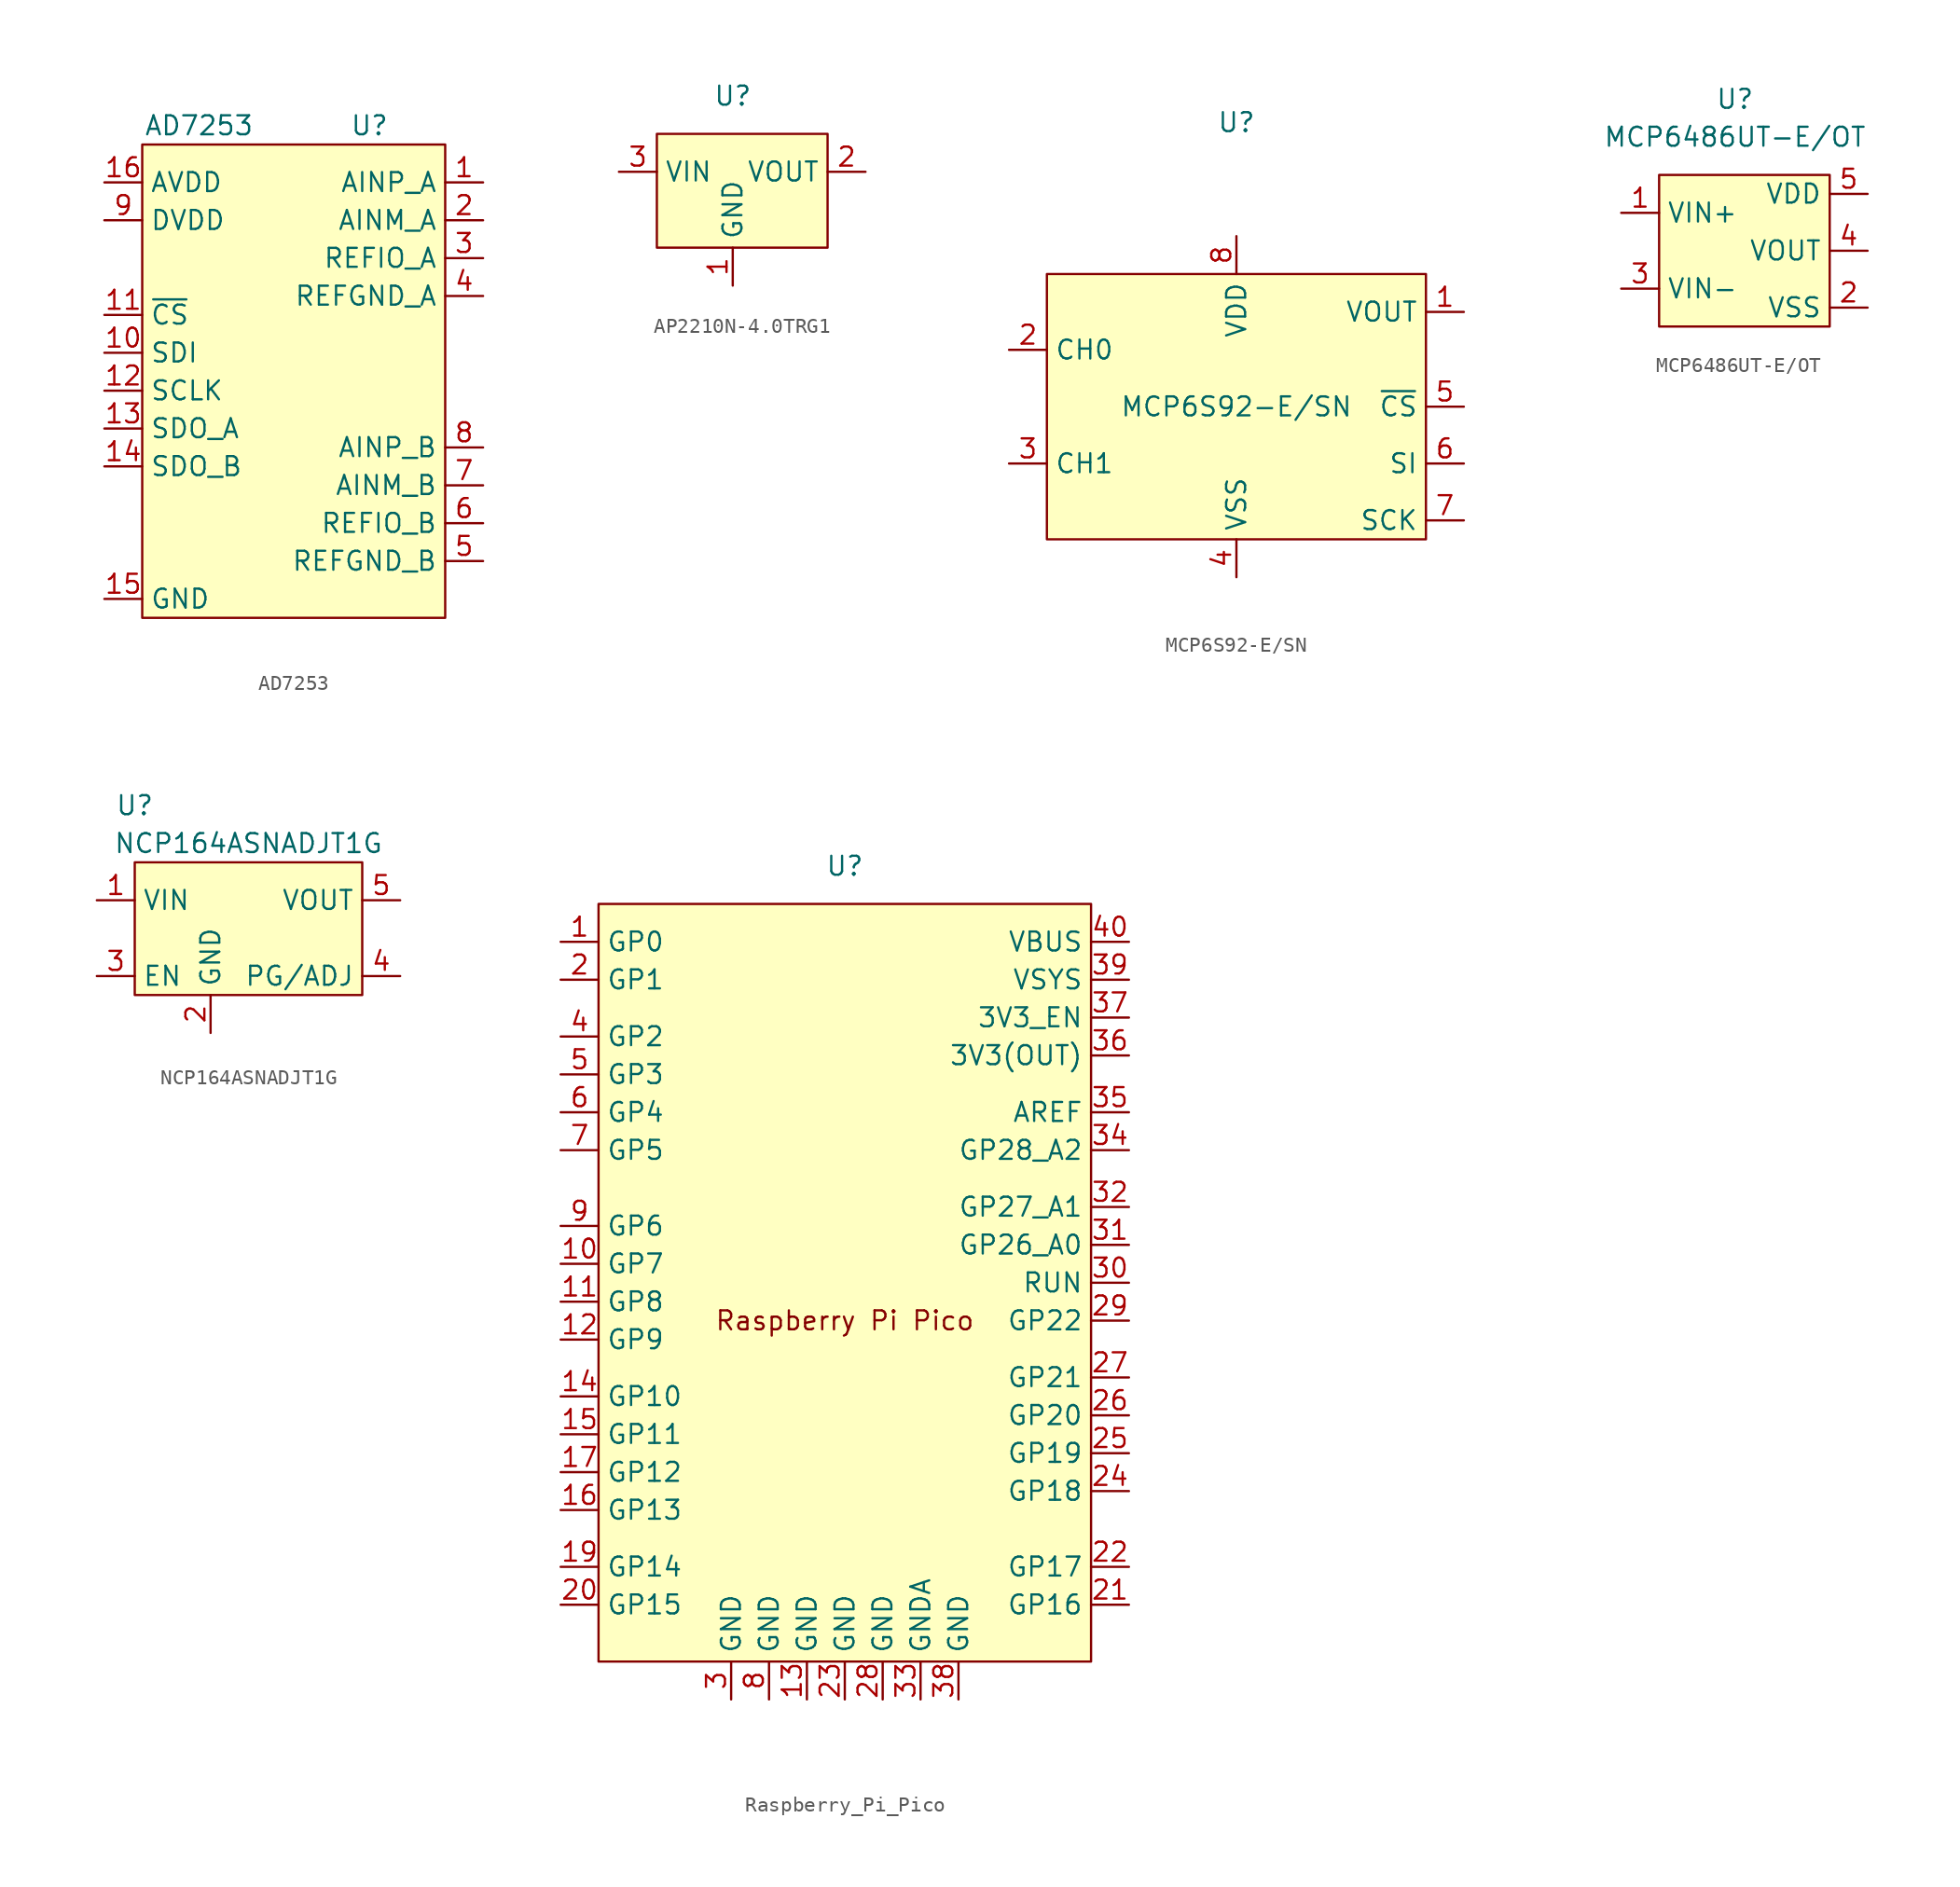
<source format=kicad_sym>
(kicad_symbol_lib
  (version 20220914)
  (generator kicad_symbol_editor)
  (symbol "AD7253"
    (property "Reference" "U"
      (at 0 3.81 0)
      (effects (font (size 1.27 1.27))))
    (property "Value" "AD7253"
      (at -11.43 3.81 0)
      (effects (font (size 1.27 1.27))))
    (symbol "AD7253_1_1"
      (rectangle (start -15.24 2.54) (end 5.08 -29.21) (stroke (width 0) (type default)) (fill (type background)))
      (pin input line (at 7.62 0 180) (length 2.54) (name "AINP_A" (effects (font (size 1.27 1.27)))) (number "1" (effects (font (size 1.27 1.27)))))
      (pin input line (at -17.78 -11.43 0) (length 2.54) (name "SDI" (effects (font (size 1.27 1.27)))) (number "10" (effects (font (size 1.27 1.27)))))
      (pin input line (at -17.78 -8.89 0) (length 2.54) (name "~{CS}" (effects (font (size 1.27 1.27)))) (number "11" (effects (font (size 1.27 1.27)))))
      (pin input line (at -17.78 -13.97 0) (length 2.54) (name "SCLK" (effects (font (size 1.27 1.27)))) (number "12" (effects (font (size 1.27 1.27)))))
      (pin input line (at -17.78 -16.51 0) (length 2.54) (name "SDO_A" (effects (font (size 1.27 1.27)))) (number "13" (effects (font (size 1.27 1.27)))))
      (pin input line (at -17.78 -19.05 0) (length 2.54) (name "SDO_B" (effects (font (size 1.27 1.27)))) (number "14" (effects (font (size 1.27 1.27)))))
      (pin input line (at -17.78 -27.94 0) (length 2.54) (name "GND" (effects (font (size 1.27 1.27)))) (number "15" (effects (font (size 1.27 1.27)))))
      (pin input line (at -17.78 0 0) (length 2.54) (name "AVDD" (effects (font (size 1.27 1.27)))) (number "16" (effects (font (size 1.27 1.27)))))
      (pin input line (at 7.62 -2.54 180) (length 2.54) (name "AINM_A" (effects (font (size 1.27 1.27)))) (number "2" (effects (font (size 1.27 1.27)))))
      (pin input line (at 7.62 -5.08 180) (length 2.54) (name "REFIO_A" (effects (font (size 1.27 1.27)))) (number "3" (effects (font (size 1.27 1.27)))))
      (pin input line (at 7.62 -7.62 180) (length 2.54) (name "REFGND_A" (effects (font (size 1.27 1.27)))) (number "4" (effects (font (size 1.27 1.27)))))
      (pin input line (at 7.62 -25.4 180) (length 2.54) (name "REFGND_B" (effects (font (size 1.27 1.27)))) (number "5" (effects (font (size 1.27 1.27)))))
      (pin input line (at 7.62 -22.86 180) (length 2.54) (name "REFIO_B" (effects (font (size 1.27 1.27)))) (number "6" (effects (font (size 1.27 1.27)))))
      (pin input line (at 7.62 -20.32 180) (length 2.54) (name "AINM_B" (effects (font (size 1.27 1.27)))) (number "7" (effects (font (size 1.27 1.27)))))
      (pin input line (at 7.62 -17.78 180) (length 2.54) (name "AINP_B" (effects (font (size 1.27 1.27)))) (number "8" (effects (font (size 1.27 1.27)))))
      (pin input line (at -17.78 -2.54 0) (length 2.54) (name "DVDD" (effects (font (size 1.27 1.27)))) (number "9" (effects (font (size 1.27 1.27)))))))
  (symbol "AP2210N-4.0TRG1"
    (property "Reference" "U"
      (at 0 2.54 0)
      (effects (font (size 1.27 1.27))))
    (property "Value" ""
      (at 0 0 0)
      (effects (font (size 1.27 1.27))))
    (symbol "AP2210N-4.0TRG1_1_1"
      (rectangle (start -5.08 0) (end 6.35 -7.62) (stroke (width 0) (type default)) (fill (type background)))
      (pin input line (at 0 -10.16 90) (length 2.54) (name "GND" (effects (font (size 1.27 1.27)))) (number "1" (effects (font (size 1.27 1.27)))))
      (pin input line (at 8.89 -2.54 180) (length 2.54) (name "VOUT" (effects (font (size 1.27 1.27)))) (number "2" (effects (font (size 1.27 1.27)))))
      (pin input line (at -7.62 -2.54 0) (length 2.54) (name "VIN" (effects (font (size 1.27 1.27)))) (number "3" (effects (font (size 1.27 1.27)))))))
  (symbol "MCP6S92-E/SN"
    (property "Reference" "U"
      (at 0 7.62 0)
      (effects (font (size 1.27 1.27))))
    (property "Value" "MCP6S92-E/SN"
      (at 0 -11.43 0)
      (effects (font (size 1.27 1.27))))
    (symbol "MCP6S92-E/SN_1_1"
      (rectangle (start -12.7 -2.54) (end 12.7 -20.32) (stroke (width 0) (type default)) (fill (type background)))
      (pin output line (at 15.24 -5.08 180) (length 2.54) (name "VOUT" (effects (font (size 1.27 1.27)))) (number "1" (effects (font (size 1.27 1.27)))))
      (pin input line (at -15.24 -7.62 0) (length 2.54) (name "CH0" (effects (font (size 1.27 1.27)))) (number "2" (effects (font (size 1.27 1.27)))))
      (pin input line (at -15.24 -15.24 0) (length 2.54) (name "CH1" (effects (font (size 1.27 1.27)))) (number "3" (effects (font (size 1.27 1.27)))))
      (pin input line (at 0 -22.86 90) (length 2.54) (name "VSS" (effects (font (size 1.27 1.27)))) (number "4" (effects (font (size 1.27 1.27)))))
      (pin input line (at 15.24 -11.43 180) (length 2.54) (name "~{CS}" (effects (font (size 1.27 1.27)))) (number "5" (effects (font (size 1.27 1.27)))))
      (pin input line (at 15.24 -15.24 180) (length 2.54) (name "SI" (effects (font (size 1.27 1.27)))) (number "6" (effects (font (size 1.27 1.27)))))
      (pin input line (at 15.24 -19.05 180) (length 2.54) (name "SCK" (effects (font (size 1.27 1.27)))) (number "7" (effects (font (size 1.27 1.27)))))
      (pin input line (at 0 0 270) (length 2.54) (name "VDD" (effects (font (size 1.27 1.27)))) (number "8" (effects (font (size 1.27 1.27)))))))
  (symbol "MCP6486UT-E/OT"
    (property "Reference" "U"
      (at 0 2.54 0)
      (effects (font (size 1.27 1.27))))
    (property "Value" "MCP6486UT-E/OT"
      (at 0 0 0)
      (effects (font (size 1.27 1.27))))
    (symbol "MCP6486UT-E/OT_1_1"
      (rectangle (start -5.08 -2.54) (end 6.35 -12.7) (stroke (width 0) (type default)) (fill (type background)))
      (pin input line (at -7.62 -5.08 0) (length 2.54) (name "VIN+" (effects (font (size 1.27 1.27)))) (number "1" (effects (font (size 1.27 1.27)))))
      (pin input line (at 8.89 -11.43 180) (length 2.54) (name "VSS" (effects (font (size 1.27 1.27)))) (number "2" (effects (font (size 1.27 1.27)))))
      (pin input line (at -7.62 -10.16 0) (length 2.54) (name "VIN-" (effects (font (size 1.27 1.27)))) (number "3" (effects (font (size 1.27 1.27)))))
      (pin input line (at 8.89 -7.62 180) (length 2.54) (name "VOUT" (effects (font (size 1.27 1.27)))) (number "4" (effects (font (size 1.27 1.27)))))
      (pin input line (at 8.89 -3.81 180) (length 2.54) (name "VDD" (effects (font (size 1.27 1.27)))) (number "5" (effects (font (size 1.27 1.27)))))))
  (symbol "NCP164ASNADJT1G"
    (property "Reference" "U"
      (at -7.62 7.62 0)
      (effects (font (size 1.27 1.27))))
    (property "Value" "NCP164ASNADJT1G"
      (at 0 5.08 0)
      (effects (font (size 1.27 1.27))))
    (symbol "NCP164ASNADJT1G_1_1"
      (rectangle (start -7.62 3.81) (end 7.62 -5.08) (stroke (width 0) (type default)) (fill (type background)))
      (pin input line (at -10.16 1.27 0) (length 2.54) (name "VIN" (effects (font (size 1.27 1.27)))) (number "1" (effects (font (size 1.27 1.27)))))
      (pin input line (at -2.54 -7.62 90) (length 2.54) (name "GND" (effects (font (size 1.27 1.27)))) (number "2" (effects (font (size 1.27 1.27)))))
      (pin input line (at -10.16 -3.81 0) (length 2.54) (name "EN" (effects (font (size 1.27 1.27)))) (number "3" (effects (font (size 1.27 1.27)))))
      (pin input line (at 10.16 -3.81 180) (length 2.54) (name "PG/ADJ" (effects (font (size 1.27 1.27)))) (number "4" (effects (font (size 1.27 1.27)))))
      (pin input line (at 10.16 1.27 180) (length 2.54) (name "VOUT" (effects (font (size 1.27 1.27)))) (number "5" (effects (font (size 1.27 1.27)))))))
  (symbol "Raspberry_Pi_Pico"
    (property "Reference" "U"
      (at 0 5.08 0)
      (effects (font (size 1.27 1.27))))
    (property "Value" ""
      (at 0 0 0)
      (effects (font (size 1.27 1.27))))
    (symbol "Raspberry_Pi_Pico_1_1"
      (rectangle (start -16.51 2.54) (end 16.51 -48.26) (stroke (width 0) (type default)) (fill (type background)))
      (text "Raspberry Pi Pico" (at 0 -25.4 0) (effects (font (size 1.27 1.27))))
      (pin input line (at -19.05 0 0) (length 2.54) (name "GP0" (effects (font (size 1.27 1.27)))) (number "1" (effects (font (size 1.27 1.27)))))
      (pin input line (at -19.05 -21.59 0) (length 2.54) (name "GP7" (effects (font (size 1.27 1.27)))) (number "10" (effects (font (size 1.27 1.27)))))
      (pin input line (at -19.05 -24.13 0) (length 2.54) (name "GP8" (effects (font (size 1.27 1.27)))) (number "11" (effects (font (size 1.27 1.27)))))
      (pin input line (at -19.05 -26.67 0) (length 2.54) (name "GP9" (effects (font (size 1.27 1.27)))) (number "12" (effects (font (size 1.27 1.27)))))
      (pin input line (at -2.54 -50.8 90) (length 2.54) (name "GND" (effects (font (size 1.27 1.27)))) (number "13" (effects (font (size 1.27 1.27)))))
      (pin input line (at -19.05 -30.48 0) (length 2.54) (name "GP10" (effects (font (size 1.27 1.27)))) (number "14" (effects (font (size 1.27 1.27)))))
      (pin input line (at -19.05 -33.02 0) (length 2.54) (name "GP11" (effects (font (size 1.27 1.27)))) (number "15" (effects (font (size 1.27 1.27)))))
      (pin input line (at -19.05 -38.1 0) (length 2.54) (name "GP13" (effects (font (size 1.27 1.27)))) (number "16" (effects (font (size 1.27 1.27)))))
      (pin input line (at -19.05 -35.56 0) (length 2.54) (name "GP12" (effects (font (size 1.27 1.27)))) (number "17" (effects (font (size 1.27 1.27)))))
      (pin input line (at -19.05 -41.91 0) (length 2.54) (name "GP14" (effects (font (size 1.27 1.27)))) (number "19" (effects (font (size 1.27 1.27)))))
      (pin input line (at -19.05 -2.54 0) (length 2.54) (name "GP1" (effects (font (size 1.27 1.27)))) (number "2" (effects (font (size 1.27 1.27)))))
      (pin input line (at -19.05 -44.45 0) (length 2.54) (name "GP15" (effects (font (size 1.27 1.27)))) (number "20" (effects (font (size 1.27 1.27)))))
      (pin input line (at 19.05 -44.45 180) (length 2.54) (name "GP16" (effects (font (size 1.27 1.27)))) (number "21" (effects (font (size 1.27 1.27)))))
      (pin input line (at 19.05 -41.91 180) (length 2.54) (name "GP17" (effects (font (size 1.27 1.27)))) (number "22" (effects (font (size 1.27 1.27)))))
      (pin input line (at 0 -50.8 90) (length 2.54) (name "GND" (effects (font (size 1.27 1.27)))) (number "23" (effects (font (size 1.27 1.27)))))
      (pin input line (at 19.05 -36.83 180) (length 2.54) (name "GP18" (effects (font (size 1.27 1.27)))) (number "24" (effects (font (size 1.27 1.27)))))
      (pin input line (at 19.05 -34.29 180) (length 2.54) (name "GP19" (effects (font (size 1.27 1.27)))) (number "25" (effects (font (size 1.27 1.27)))))
      (pin input line (at 19.05 -31.75 180) (length 2.54) (name "GP20" (effects (font (size 1.27 1.27)))) (number "26" (effects (font (size 1.27 1.27)))))
      (pin input line (at 19.05 -29.21 180) (length 2.54) (name "GP21" (effects (font (size 1.27 1.27)))) (number "27" (effects (font (size 1.27 1.27)))))
      (pin input line (at 2.54 -50.8 90) (length 2.54) (name "GND" (effects (font (size 1.27 1.27)))) (number "28" (effects (font (size 1.27 1.27)))))
      (pin input line (at 19.05 -25.4 180) (length 2.54) (name "GP22" (effects (font (size 1.27 1.27)))) (number "29" (effects (font (size 1.27 1.27)))))
      (pin input line (at -7.62 -50.8 90) (length 2.54) (name "GND" (effects (font (size 1.27 1.27)))) (number "3" (effects (font (size 1.27 1.27)))))
      (pin input line (at 19.05 -22.86 180) (length 2.54) (name "RUN" (effects (font (size 1.27 1.27)))) (number "30" (effects (font (size 1.27 1.27)))))
      (pin input line (at 19.05 -20.32 180) (length 2.54) (name "GP26_A0" (effects (font (size 1.27 1.27)))) (number "31" (effects (font (size 1.27 1.27)))))
      (pin input line (at 19.05 -17.78 180) (length 2.54) (name "GP27_A1" (effects (font (size 1.27 1.27)))) (number "32" (effects (font (size 1.27 1.27)))))
      (pin input line (at 5.08 -50.8 90) (length 2.54) (name "GNDA" (effects (font (size 1.27 1.27)))) (number "33" (effects (font (size 1.27 1.27)))))
      (pin input line (at 19.05 -13.97 180) (length 2.54) (name "GP28_A2" (effects (font (size 1.27 1.27)))) (number "34" (effects (font (size 1.27 1.27)))))
      (pin input line (at 19.05 -11.43 180) (length 2.54) (name "AREF" (effects (font (size 1.27 1.27)))) (number "35" (effects (font (size 1.27 1.27)))))
      (pin input line (at 19.05 -7.62 180) (length 2.54) (name "3V3(OUT)" (effects (font (size 1.27 1.27)))) (number "36" (effects (font (size 1.27 1.27)))))
      (pin input line (at 19.05 -5.08 180) (length 2.54) (name "3V3_EN" (effects (font (size 1.27 1.27)))) (number "37" (effects (font (size 1.27 1.27)))))
      (pin input line (at 7.62 -50.8 90) (length 2.54) (name "GND" (effects (font (size 1.27 1.27)))) (number "38" (effects (font (size 1.27 1.27)))))
      (pin input line (at 19.05 -2.54 180) (length 2.54) (name "VSYS" (effects (font (size 1.27 1.27)))) (number "39" (effects (font (size 1.27 1.27)))))
      (pin input line (at -19.05 -6.35 0) (length 2.54) (name "GP2" (effects (font (size 1.27 1.27)))) (number "4" (effects (font (size 1.27 1.27)))))
      (pin input line (at 19.05 0 180) (length 2.54) (name "VBUS" (effects (font (size 1.27 1.27)))) (number "40" (effects (font (size 1.27 1.27)))))
      (pin input line (at -19.05 -8.89 0) (length 2.54) (name "GP3" (effects (font (size 1.27 1.27)))) (number "5" (effects (font (size 1.27 1.27)))))
      (pin input line (at -19.05 -11.43 0) (length 2.54) (name "GP4" (effects (font (size 1.27 1.27)))) (number "6" (effects (font (size 1.27 1.27)))))
      (pin input line (at -19.05 -13.97 0) (length 2.54) (name "GP5" (effects (font (size 1.27 1.27)))) (number "7" (effects (font (size 1.27 1.27)))))
      (pin input line (at -5.08 -50.8 90) (length 2.54) (name "GND" (effects (font (size 1.27 1.27)))) (number "8" (effects (font (size 1.27 1.27)))))
      (pin input line (at -19.05 -19.05 0) (length 2.54) (name "GP6" (effects (font (size 1.27 1.27)))) (number "9" (effects (font (size 1.27 1.27))))))))
</source>
